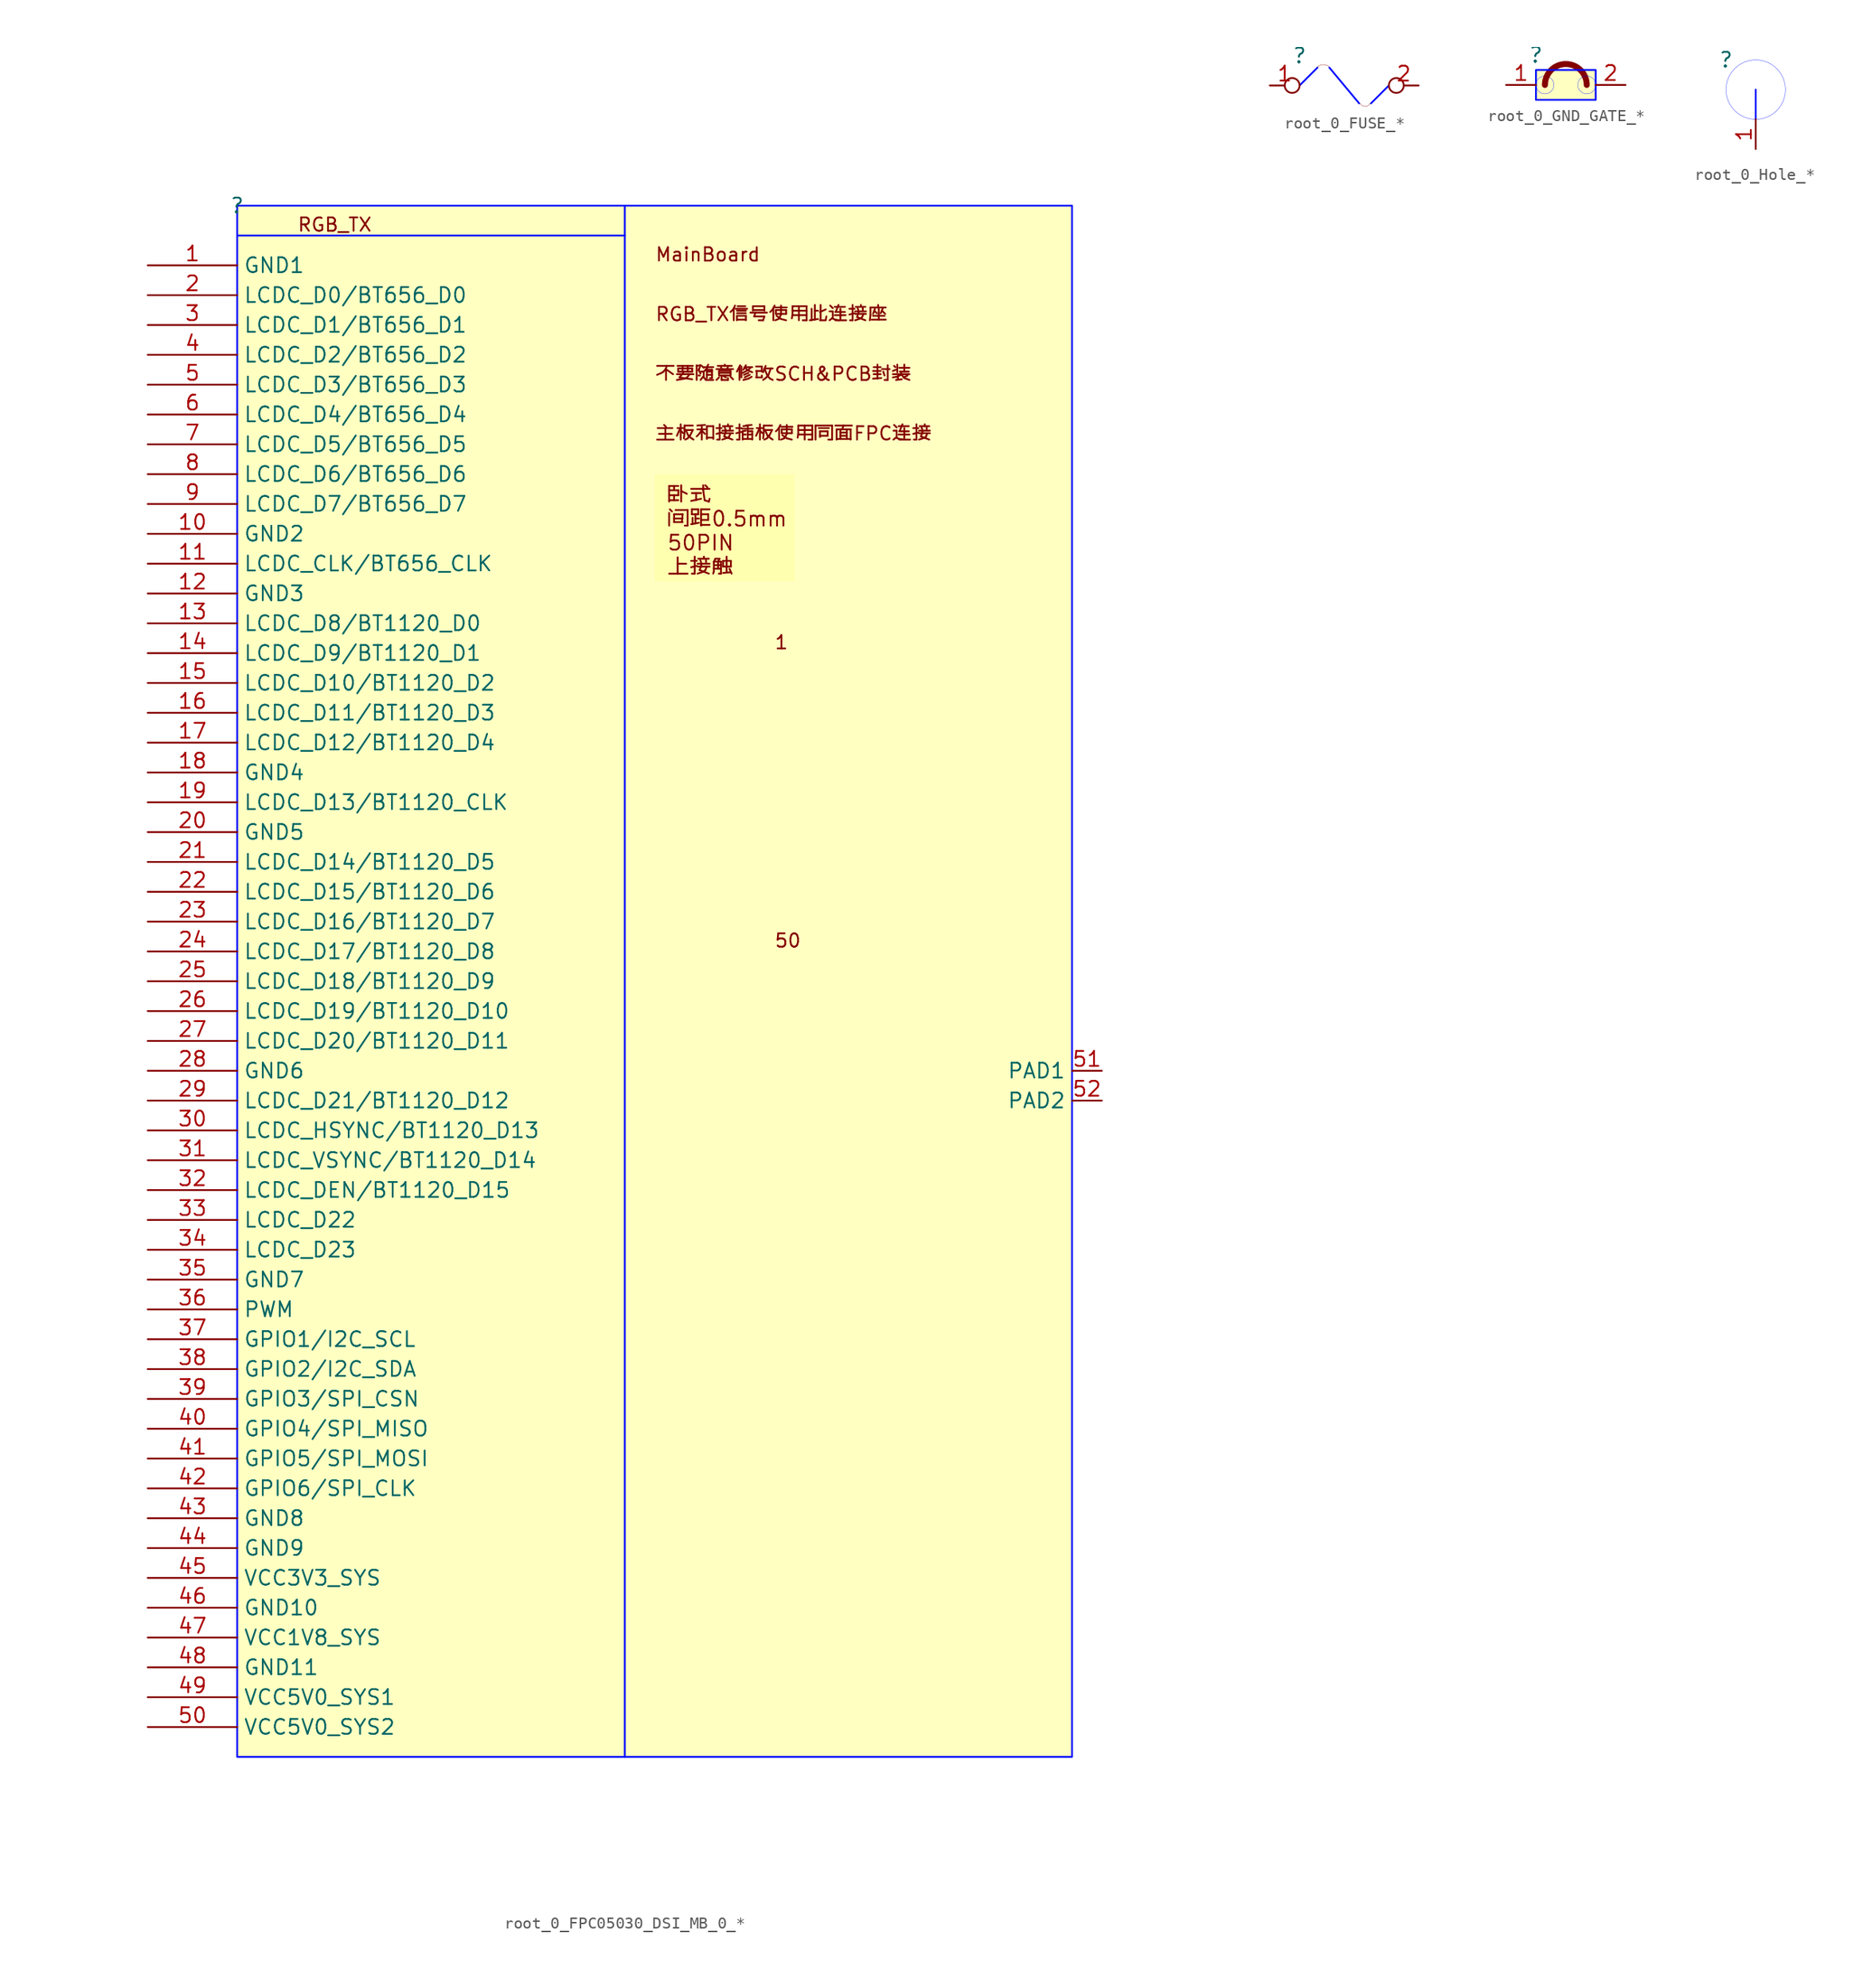
<source format=kicad_sym>
(kicad_symbol_lib
  (version 20241209)
  (generator "kicad_symbol_editor")
  (generator_version "9.0")
  (symbol "root_0_FPC05030_DSI_MB_0_*"
    (property "Reference" ""
      (at 0 0 0)
      (effects (font (size 1.27 1.27))))
    (property "Value" ""
      (at 0 0 0)
      (effects (font (size 1.27 1.27))))
    (symbol "root_0_FPC05030_DSI_MB_0_*_1_0"
      (polyline (pts (xy 0 -2.54) (xy 33.02 -2.54)) (stroke (width 0) (type solid) (color 0 11 255 1)) (fill (type none)))
      (polyline (pts (xy 33.02 0) (xy 33.02 -132.08)) (stroke (width 0) (type solid) (color 0 11 255 1)) (fill (type none)))
      (rectangle (start 71.12 0) (end 0 -132.08) (stroke (width 0) (type solid) (color 0 11 255 1)) (fill (type background)))
      (text "RGB_TX" (at 5.08 -2.286 0) (effects (font (size 1.143 1.143)) (justify left bottom)))
      (text "MainBoard" (at 35.56 -4.826 0) (effects (font (size 1.143 1.143)) (justify left bottom)))
      (text "RGB_TX信号使用此连接座" (at 35.56 -9.906 0) (effects (font (size 1.143 1.143)) (justify left bottom)))
      (text "不要随意修改SCH&PCB封装" (at 35.56 -14.986 0) (effects (font (size 1.143 1.143)) (justify left bottom)))
      (text "主板和接插板使用同面FPC连接" (at 35.56 -20.066 0) (effects (font (size 1.143 1.143)) (justify left bottom)))
      (text "1" (at 45.72 -37.846 0) (effects (font (size 1.143 1.143)) (justify left bottom)))
      (text "50" (at 45.72 -63.246 0) (effects (font (size 1.143 1.143)) (justify left bottom)))
      (text_box "卧式\n间距0.5mm\n50PIN\n上接触" (at 47.498 -22.86 0) (size -11.938 -9.144) (margins 1.016 1.016 1.016 1.016) (stroke (width -0.0001) (type default)) (fill (type color) (color 255 255 176 1)) (effects (font (size 1.27 1.27)) (justify left top)))
      (pin passive line (at -7.62 -5.08 0) (length 7.62) (name "GND1" (effects (font (size 1.27 1.27)))) (number "1" (effects (font (size 1.27 1.27)))))
      (pin passive line (at -7.62 -7.62 0) (length 7.62) (name "LCDC_D0/BT656_D0" (effects (font (size 1.27 1.27)))) (number "2" (effects (font (size 1.27 1.27)))))
      (pin passive line (at -7.62 -10.16 0) (length 7.62) (name "LCDC_D1/BT656_D1" (effects (font (size 1.27 1.27)))) (number "3" (effects (font (size 1.27 1.27)))))
      (pin passive line (at -7.62 -12.7 0) (length 7.62) (name "LCDC_D2/BT656_D2" (effects (font (size 1.27 1.27)))) (number "4" (effects (font (size 1.27 1.27)))))
      (pin passive line (at -7.62 -15.24 0) (length 7.62) (name "LCDC_D3/BT656_D3" (effects (font (size 1.27 1.27)))) (number "5" (effects (font (size 1.27 1.27)))))
      (pin passive line (at -7.62 -17.78 0) (length 7.62) (name "LCDC_D4/BT656_D4" (effects (font (size 1.27 1.27)))) (number "6" (effects (font (size 1.27 1.27)))))
      (pin passive line (at -7.62 -20.32 0) (length 7.62) (name "LCDC_D5/BT656_D5" (effects (font (size 1.27 1.27)))) (number "7" (effects (font (size 1.27 1.27)))))
      (pin passive line (at -7.62 -22.86 0) (length 7.62) (name "LCDC_D6/BT656_D6" (effects (font (size 1.27 1.27)))) (number "8" (effects (font (size 1.27 1.27)))))
      (pin passive line (at -7.62 -25.4 0) (length 7.62) (name "LCDC_D7/BT656_D7" (effects (font (size 1.27 1.27)))) (number "9" (effects (font (size 1.27 1.27)))))
      (pin passive line (at -7.62 -27.94 0) (length 7.62) (name "GND2" (effects (font (size 1.27 1.27)))) (number "10" (effects (font (size 1.27 1.27)))))
      (pin passive line (at -7.62 -30.48 0) (length 7.62) (name "LCDC_CLK/BT656_CLK" (effects (font (size 1.27 1.27)))) (number "11" (effects (font (size 1.27 1.27)))))
      (pin passive line (at -7.62 -33.02 0) (length 7.62) (name "GND3" (effects (font (size 1.27 1.27)))) (number "12" (effects (font (size 1.27 1.27)))))
      (pin passive line (at -7.62 -35.56 0) (length 7.62) (name "LCDC_D8/BT1120_D0" (effects (font (size 1.27 1.27)))) (number "13" (effects (font (size 1.27 1.27)))))
      (pin passive line (at -7.62 -38.1 0) (length 7.62) (name "LCDC_D9/BT1120_D1" (effects (font (size 1.27 1.27)))) (number "14" (effects (font (size 1.27 1.27)))))
      (pin passive line (at -7.62 -40.64 0) (length 7.62) (name "LCDC_D10/BT1120_D2" (effects (font (size 1.27 1.27)))) (number "15" (effects (font (size 1.27 1.27)))))
      (pin passive line (at -7.62 -43.18 0) (length 7.62) (name "LCDC_D11/BT1120_D3" (effects (font (size 1.27 1.27)))) (number "16" (effects (font (size 1.27 1.27)))))
      (pin passive line (at -7.62 -45.72 0) (length 7.62) (name "LCDC_D12/BT1120_D4" (effects (font (size 1.27 1.27)))) (number "17" (effects (font (size 1.27 1.27)))))
      (pin passive line (at -7.62 -48.26 0) (length 7.62) (name "GND4" (effects (font (size 1.27 1.27)))) (number "18" (effects (font (size 1.27 1.27)))))
      (pin passive line (at -7.62 -50.8 0) (length 7.62) (name "LCDC_D13/BT1120_CLK" (effects (font (size 1.27 1.27)))) (number "19" (effects (font (size 1.27 1.27)))))
      (pin passive line (at -7.62 -53.34 0) (length 7.62) (name "GND5" (effects (font (size 1.27 1.27)))) (number "20" (effects (font (size 1.27 1.27)))))
      (pin passive line (at -7.62 -55.88 0) (length 7.62) (name "LCDC_D14/BT1120_D5" (effects (font (size 1.27 1.27)))) (number "21" (effects (font (size 1.27 1.27)))))
      (pin passive line (at -7.62 -58.42 0) (length 7.62) (name "LCDC_D15/BT1120_D6" (effects (font (size 1.27 1.27)))) (number "22" (effects (font (size 1.27 1.27)))))
      (pin passive line (at -7.62 -60.96 0) (length 7.62) (name "LCDC_D16/BT1120_D7" (effects (font (size 1.27 1.27)))) (number "23" (effects (font (size 1.27 1.27)))))
      (pin passive line (at -7.62 -63.5 0) (length 7.62) (name "LCDC_D17/BT1120_D8" (effects (font (size 1.27 1.27)))) (number "24" (effects (font (size 1.27 1.27)))))
      (pin passive line (at -7.62 -66.04 0) (length 7.62) (name "LCDC_D18/BT1120_D9" (effects (font (size 1.27 1.27)))) (number "25" (effects (font (size 1.27 1.27)))))
      (pin passive line (at -7.62 -68.58 0) (length 7.62) (name "LCDC_D19/BT1120_D10" (effects (font (size 1.27 1.27)))) (number "26" (effects (font (size 1.27 1.27)))))
      (pin passive line (at -7.62 -71.12 0) (length 7.62) (name "LCDC_D20/BT1120_D11" (effects (font (size 1.27 1.27)))) (number "27" (effects (font (size 1.27 1.27)))))
      (pin passive line (at -7.62 -73.66 0) (length 7.62) (name "GND6" (effects (font (size 1.27 1.27)))) (number "28" (effects (font (size 1.27 1.27)))))
      (pin passive line (at -7.62 -76.2 0) (length 7.62) (name "LCDC_D21/BT1120_D12" (effects (font (size 1.27 1.27)))) (number "29" (effects (font (size 1.27 1.27)))))
      (pin passive line (at -7.62 -78.74 0) (length 7.62) (name "LCDC_HSYNC/BT1120_D13" (effects (font (size 1.27 1.27)))) (number "30" (effects (font (size 1.27 1.27)))))
      (pin passive line (at -7.62 -81.28 0) (length 7.62) (name "LCDC_VSYNC/BT1120_D14" (effects (font (size 1.27 1.27)))) (number "31" (effects (font (size 1.27 1.27)))))
      (pin passive line (at -7.62 -83.82 0) (length 7.62) (name "LCDC_DEN/BT1120_D15" (effects (font (size 1.27 1.27)))) (number "32" (effects (font (size 1.27 1.27)))))
      (pin passive line (at -7.62 -86.36 0) (length 7.62) (name "LCDC_D22" (effects (font (size 1.27 1.27)))) (number "33" (effects (font (size 1.27 1.27)))))
      (pin passive line (at -7.62 -88.9 0) (length 7.62) (name "LCDC_D23" (effects (font (size 1.27 1.27)))) (number "34" (effects (font (size 1.27 1.27)))))
      (pin passive line (at -7.62 -91.44 0) (length 7.62) (name "GND7" (effects (font (size 1.27 1.27)))) (number "35" (effects (font (size 1.27 1.27)))))
      (pin passive line (at -7.62 -93.98 0) (length 7.62) (name "PWM" (effects (font (size 1.27 1.27)))) (number "36" (effects (font (size 1.27 1.27)))))
      (pin passive line (at -7.62 -96.52 0) (length 7.62) (name "GPIO1/I2C_SCL" (effects (font (size 1.27 1.27)))) (number "37" (effects (font (size 1.27 1.27)))))
      (pin passive line (at -7.62 -99.06 0) (length 7.62) (name "GPIO2/I2C_SDA" (effects (font (size 1.27 1.27)))) (number "38" (effects (font (size 1.27 1.27)))))
      (pin passive line (at -7.62 -101.6 0) (length 7.62) (name "GPIO3/SPI_CSN" (effects (font (size 1.27 1.27)))) (number "39" (effects (font (size 1.27 1.27)))))
      (pin passive line (at -7.62 -104.14 0) (length 7.62) (name "GPIO4/SPI_MISO" (effects (font (size 1.27 1.27)))) (number "40" (effects (font (size 1.27 1.27)))))
      (pin passive line (at -7.62 -106.68 0) (length 7.62) (name "GPIO5/SPI_MOSI" (effects (font (size 1.27 1.27)))) (number "41" (effects (font (size 1.27 1.27)))))
      (pin passive line (at -7.62 -109.22 0) (length 7.62) (name "GPIO6/SPI_CLK" (effects (font (size 1.27 1.27)))) (number "42" (effects (font (size 1.27 1.27)))))
      (pin passive line (at -7.62 -111.76 0) (length 7.62) (name "GND8" (effects (font (size 1.27 1.27)))) (number "43" (effects (font (size 1.27 1.27)))))
      (pin passive line (at -7.62 -114.3 0) (length 7.62) (name "GND9" (effects (font (size 1.27 1.27)))) (number "44" (effects (font (size 1.27 1.27)))))
      (pin passive line (at -7.62 -116.84 0) (length 7.62) (name "VCC3V3_SYS" (effects (font (size 1.27 1.27)))) (number "45" (effects (font (size 1.27 1.27)))))
      (pin passive line (at -7.62 -119.38 0) (length 7.62) (name "GND10" (effects (font (size 1.27 1.27)))) (number "46" (effects (font (size 1.27 1.27)))))
      (pin passive line (at -7.62 -121.92 0) (length 7.62) (name "VCC1V8_SYS" (effects (font (size 1.27 1.27)))) (number "47" (effects (font (size 1.27 1.27)))))
      (pin passive line (at -7.62 -124.46 0) (length 7.62) (name "GND11" (effects (font (size 1.27 1.27)))) (number "48" (effects (font (size 1.27 1.27)))))
      (pin passive line (at -7.62 -127 0) (length 7.62) (name "VCC5V0_SYS1" (effects (font (size 1.27 1.27)))) (number "49" (effects (font (size 1.27 1.27)))))
      (pin passive line (at -7.62 -129.54 0) (length 7.62) (name "VCC5V0_SYS2" (effects (font (size 1.27 1.27)))) (number "50" (effects (font (size 1.27 1.27)))))
      (pin passive line (at 73.66 -73.66 180) (length 2.54) (name "PAD1" (effects (font (size 1.27 1.27)))) (number "51" (effects (font (size 1.27 1.27)))))
      (pin passive line (at 73.66 -76.2 180) (length 2.54) (name "PAD2" (effects (font (size 1.27 1.27)))) (number "52" (effects (font (size 1.27 1.27)))))))
  (symbol "root_0_FUSE_*"
    (pin_names
      (hide yes))
    (property "Reference" ""
      (at 0 0 0)
      (effects (font (size 1.27 1.27))))
    (property "Value" ""
      (at 0 0 0)
      (effects (font (size 1.27 1.27))))
    (symbol "root_0_FUSE_*_1_0"
      (polyline (pts (xy 0 -2.54) (xy 1.524 -1.016)) (stroke (width 0) (type solid) (color 0 11 255 1)) (fill (type none)))
      (arc (start 1.4932 -0.9852) (mid 1.7404 -0.82) (end 2.032 -0.762) (stroke (width 0.0254) (type solid)) (fill (type none)))
      (arc (start 2.032 -0.762) (mid 2.3236 -0.82) (end 2.5708 -0.9852) (stroke (width 0.0254) (type solid)) (fill (type none)))
      (polyline (pts (xy 5.08 -4.064) (xy 2.54 -1.016)) (stroke (width 0) (type solid) (color 0 11 255 1)) (fill (type none)))
      (arc (start 5.588 -4.318) (mid 5.3209 -4.2421) (end 5.1336 -4.0372) (stroke (width 0.0254) (type solid)) (fill (type none)))
      (arc (start 6.0424 -4.0372) (mid 5.8551 -4.2422) (end 5.588 -4.318) (stroke (width 0.0254) (type solid)) (fill (type none)))
      (polyline (pts (xy 6.096 -4.064) (xy 7.62 -2.54)) (stroke (width 0) (type solid) (color 0 11 255 1)) (fill (type none)))
      (pin passive inverted (at -2.54 -2.54 0) (length 2.54) (name "1" (effects (font (size 1.27 1.27)))) (number "1" (effects (font (size 1.27 1.27)))))
      (pin passive inverted (at 10.16 -2.54 180) (length 2.54) (name "2" (effects (font (size 1.27 1.27)))) (number "2" (effects (font (size 1.27 1.27)))))))
  (symbol "root_0_GND_GATE_*"
    (pin_names
      (hide yes))
    (property "Reference" ""
      (at 0 0 0)
      (effects (font (size 1.27 1.27))))
    (property "Value" ""
      (at 0 0 0)
      (effects (font (size 1.27 1.27))))
    (symbol "root_0_GND_GATE_*_1_0"
      (circle (center 0.762 -2.54) (radius 0.762) (stroke (width 0.025) (type solid) (color 0 11 255 1)) (fill (type none)))
      (arc (start 0.762 -2.54) (mid 2.54 -0.762) (end 4.318 -2.54) (stroke (width 0.508) (type solid)) (fill (type none)))
      (circle (center 4.318 -2.54) (radius 0.762) (stroke (width 0.025) (type solid) (color 0 11 255 1)) (fill (type none)))
      (rectangle (start 5.08 -1.27) (end 0 -3.81) (stroke (width 0) (type solid) (color 0 11 255 1)) (fill (type background)))
      (pin passive line (at -2.54 -2.54 0) (length 2.54) (name "1" (effects (font (size 1.27 1.27)))) (number "1" (effects (font (size 1.27 1.27)))))
      (pin passive line (at 7.62 -2.54 180) (length 2.54) (name "2" (effects (font (size 1.27 1.27)))) (number "2" (effects (font (size 1.27 1.27)))))))
  (symbol "root_0_Hole_*"
    (pin_names
      (hide yes))
    (property "Reference" ""
      (at 0 0 0)
      (effects (font (size 1.27 1.27))))
    (property "Value" ""
      (at 0 0 0)
      (effects (font (size 1.27 1.27))))
    (symbol "root_0_Hole_*_1_0"
      (polyline (pts (xy 2.54 -2.54) (xy 2.54 -5.08)) (stroke (width 0) (type solid) (color 0 11 255 1)) (fill (type none)))
      (circle (center 2.54 -2.54) (radius 2.54) (stroke (width 0.025) (type solid) (color 0 11 255 1)) (fill (type none)))
      (pin passive line (at 2.54 -7.62 90) (length 2.54) (name "1" (effects (font (size 1.27 1.27)))) (number "1" (effects (font (size 1.27 1.27))))))))
</source>
